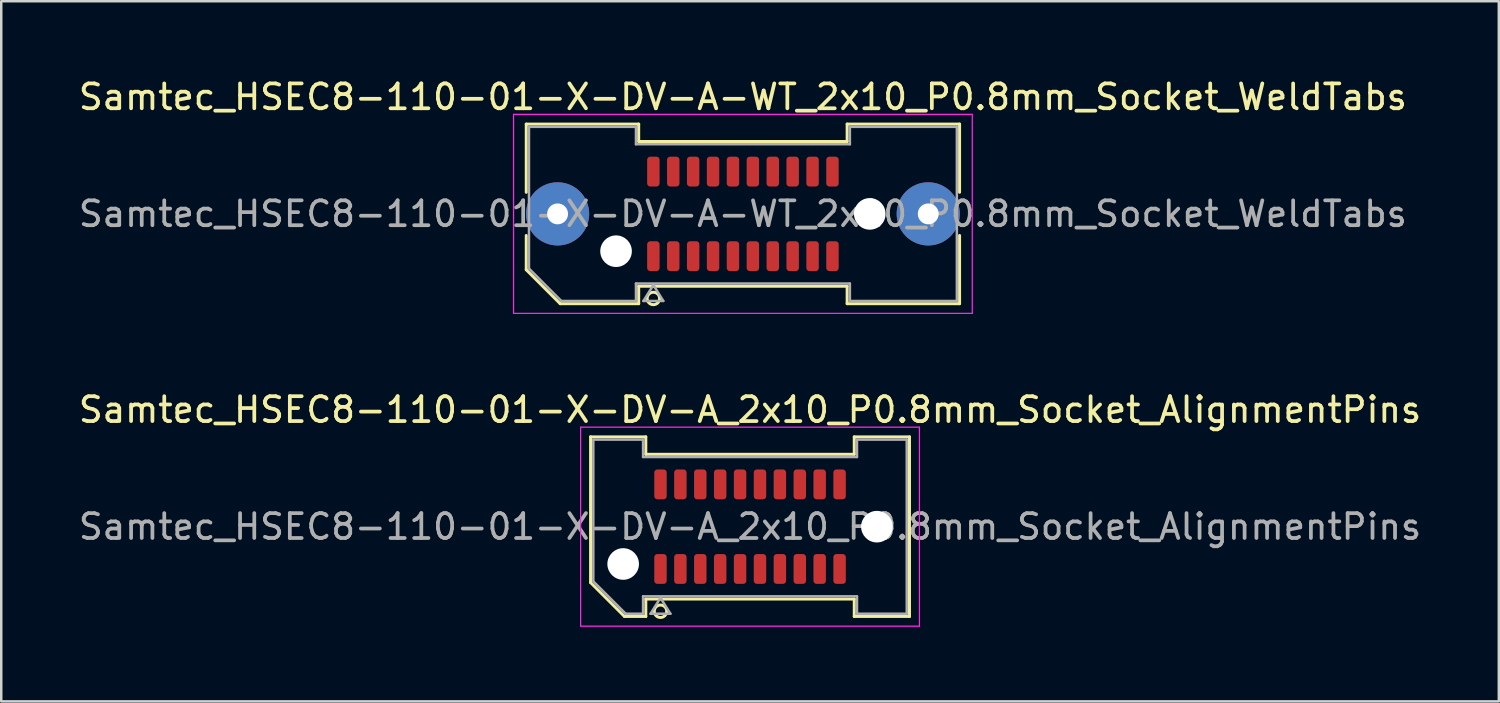
<source format=kicad_pcb>
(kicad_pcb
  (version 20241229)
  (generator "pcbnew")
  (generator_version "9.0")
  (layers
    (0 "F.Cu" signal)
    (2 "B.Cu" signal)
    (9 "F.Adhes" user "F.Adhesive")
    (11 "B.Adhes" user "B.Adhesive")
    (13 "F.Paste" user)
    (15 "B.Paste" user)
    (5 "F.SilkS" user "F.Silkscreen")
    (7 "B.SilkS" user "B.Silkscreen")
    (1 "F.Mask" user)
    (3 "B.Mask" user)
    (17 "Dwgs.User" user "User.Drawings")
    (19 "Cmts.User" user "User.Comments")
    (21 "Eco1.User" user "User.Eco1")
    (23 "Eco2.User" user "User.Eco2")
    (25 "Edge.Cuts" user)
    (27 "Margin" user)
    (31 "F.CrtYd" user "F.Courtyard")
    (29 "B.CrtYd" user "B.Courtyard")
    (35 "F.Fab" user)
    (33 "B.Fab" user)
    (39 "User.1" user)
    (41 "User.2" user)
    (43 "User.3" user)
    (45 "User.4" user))
  (footprint "Samtec_HSEC8-110-01-X-DV-A_2x10_P0.8mm_Socket_AlignmentPins"
    (layer "F.Cu")
    (at 27.101 18.122)
    (property "Reference" "Samtec_HSEC8-110-01-X-DV-A_2x10_P0.8mm_Socket_AlignmentPins" (at 0 -4.7 0) (layer "F.SilkS") (effects (font (size 1 1) (thickness 0.15))))
    (attr smd)
    (fp_line (start -6.41 -3.61) (end -4.19 -3.61) (stroke (width 0.12) (type solid)) (layer "F.SilkS"))
    (fp_line (start -6.41 2.246) (end -6.41 -3.61) (stroke (width 0.12) (type solid)) (layer "F.SilkS"))
    (fp_line (start -5.046 3.61) (end -6.41 2.246) (stroke (width 0.12) (type solid)) (layer "F.SilkS"))
    (fp_line (start -4.19 -3.61) (end -4.19 -2.91) (stroke (width 0.12) (type solid)) (layer "F.SilkS"))
    (fp_line (start -4.19 -2.91) (end 4.19 -2.91) (stroke (width 0.12) (type solid)) (layer "F.SilkS"))
    (fp_line (start -4.19 2.91) (end -4.19 3.61) (stroke (width 0.12) (type solid)) (layer "F.SilkS"))
    (fp_line (start -4.19 3.61) (end -5.046 3.61) (stroke (width 0.12) (type solid)) (layer "F.SilkS"))
    (fp_line (start 4.19 -3.61) (end 6.41 -3.61) (stroke (width 0.12) (type solid)) (layer "F.SilkS"))
    (fp_line (start 4.19 -2.91) (end 4.19 -3.61) (stroke (width 0.12) (type solid)) (layer "F.SilkS"))
    (fp_line (start 4.19 2.91) (end -4.19 2.91) (stroke (width 0.12) (type solid)) (layer "F.SilkS"))
    (fp_line (start 4.19 3.61) (end 4.19 2.91) (stroke (width 0.12) (type solid)) (layer "F.SilkS"))
    (fp_line (start 6.41 -3.61) (end 6.41 3.61) (stroke (width 0.12) (type solid)) (layer "F.SilkS"))
    (fp_line (start 6.41 3.61) (end 4.19 3.61) (stroke (width 0.12) (type solid)) (layer "F.SilkS"))
    (fp_arc (start -3.35 3.4) (mid -3.85 3.4) (end -3.35 3.4) (stroke (width 0.12) (type solid)) (layer "F.SilkS"))
    (fp_line (start -6.81 -4) (end -6.81 4) (stroke (width 0.05) (type solid)) (layer "F.CrtYd"))
    (fp_line (start -6.81 4) (end 6.81 4) (stroke (width 0.05) (type solid)) (layer "F.CrtYd"))
    (fp_line (start 6.81 -4) (end -6.81 -4) (stroke (width 0.05) (type solid)) (layer "F.CrtYd"))
    (fp_line (start 6.81 4) (end 6.81 -4) (stroke (width 0.05) (type solid)) (layer "F.CrtYd"))
    (fp_line (start -6.3 -3.5) (end -4.3 -3.5) (stroke (width 0.1) (type solid)) (layer "F.Fab"))
    (fp_line (start -6.3 2.2) (end -6.3 -3.5) (stroke (width 0.1) (type solid)) (layer "F.Fab"))
    (fp_line (start -5 3.5) (end -6.3 2.2) (stroke (width 0.1) (type solid)) (layer "F.Fab"))
    (fp_line (start -4.3 -3.5) (end -4.3 -2.8) (stroke (width 0.1) (type solid)) (layer "F.Fab"))
    (fp_line (start -4.3 -2.8) (end 4.3 -2.8) (stroke (width 0.1) (type solid)) (layer "F.Fab"))
    (fp_line (start -4.3 2.8) (end -4.3 3.5) (stroke (width 0.1) (type solid)) (layer "F.Fab"))
    (fp_line (start -4.3 3.5) (end -5 3.5) (stroke (width 0.1) (type solid)) (layer "F.Fab"))
    (fp_line (start -4 3.5) (end -3.6 2.86) (stroke (width 0.1) (type solid)) (layer "F.Fab"))
    (fp_line (start -3.6 2.86) (end -3.2 3.5) (stroke (width 0.1) (type solid)) (layer "F.Fab"))
    (fp_line (start -3.2 3.5) (end -4 3.5) (stroke (width 0.1) (type solid)) (layer "F.Fab"))
    (fp_line (start 4.3 -3.5) (end 6.3 -3.5) (stroke (width 0.1) (type solid)) (layer "F.Fab"))
    (fp_line (start 4.3 -2.8) (end 4.3 -3.5) (stroke (width 0.1) (type solid)) (layer "F.Fab"))
    (fp_line (start 4.3 2.8) (end -4.3 2.8) (stroke (width 0.1) (type solid)) (layer "F.Fab"))
    (fp_line (start 4.3 3.5) (end 4.3 2.8) (stroke (width 0.1) (type solid)) (layer "F.Fab"))
    (fp_line (start 6.3 -3.5) (end 6.3 3.5) (stroke (width 0.1) (type solid)) (layer "F.Fab"))
    (fp_line (start 6.3 3.5) (end 4.3 3.5) (stroke (width 0.1) (type solid)) (layer "F.Fab"))
    (fp_text user "${REFERENCE}" (at 0 0 0) (layer "F.Fab") (effects (font (size 1 1) (thickness 0.15))))
    (pad "" np_thru_hole circle (at -5.1 1.5) (size 1.27 1.27) (drill 1.27) (layers "*.Cu" "*.Mask"))
    (pad "" np_thru_hole circle (at 5.1 0) (size 1.27 1.27) (drill 1.27) (layers "*.Cu" "*.Mask"))
    (pad "1" smd roundrect (at -3.6 1.7) (size 0.5 1.2) (layers "F.Cu" "F.Mask" "F.Paste") (roundrect_rratio 0.25))
    (pad "2" smd roundrect (at -3.6 -1.7) (size 0.5 1.2) (layers "F.Cu" "F.Mask" "F.Paste") (roundrect_rratio 0.25))
    (pad "3" smd roundrect (at -2.8 1.7) (size 0.5 1.2) (layers "F.Cu" "F.Mask" "F.Paste") (roundrect_rratio 0.25))
    (pad "4" smd roundrect (at -2.8 -1.7) (size 0.5 1.2) (layers "F.Cu" "F.Mask" "F.Paste") (roundrect_rratio 0.25))
    (pad "5" smd roundrect (at -2 1.7) (size 0.5 1.2) (layers "F.Cu" "F.Mask" "F.Paste") (roundrect_rratio 0.25))
    (pad "6" smd roundrect (at -2 -1.7) (size 0.5 1.2) (layers "F.Cu" "F.Mask" "F.Paste") (roundrect_rratio 0.25))
    (pad "7" smd roundrect (at -1.2 1.7) (size 0.5 1.2) (layers "F.Cu" "F.Mask" "F.Paste") (roundrect_rratio 0.25))
    (pad "8" smd roundrect (at -1.2 -1.7) (size 0.5 1.2) (layers "F.Cu" "F.Mask" "F.Paste") (roundrect_rratio 0.25))
    (pad "9" smd roundrect (at -0.4 1.7) (size 0.5 1.2) (layers "F.Cu" "F.Mask" "F.Paste") (roundrect_rratio 0.25))
    (pad "10" smd roundrect (at -0.4 -1.7) (size 0.5 1.2) (layers "F.Cu" "F.Mask" "F.Paste") (roundrect_rratio 0.25))
    (pad "11" smd roundrect (at 0.4 1.7) (size 0.5 1.2) (layers "F.Cu" "F.Mask" "F.Paste") (roundrect_rratio 0.25))
    (pad "12" smd roundrect (at 0.4 -1.7) (size 0.5 1.2) (layers "F.Cu" "F.Mask" "F.Paste") (roundrect_rratio 0.25))
    (pad "13" smd roundrect (at 1.2 1.7) (size 0.5 1.2) (layers "F.Cu" "F.Mask" "F.Paste") (roundrect_rratio 0.25))
    (pad "14" smd roundrect (at 1.2 -1.7) (size 0.5 1.2) (layers "F.Cu" "F.Mask" "F.Paste") (roundrect_rratio 0.25))
    (pad "15" smd roundrect (at 2 1.7) (size 0.5 1.2) (layers "F.Cu" "F.Mask" "F.Paste") (roundrect_rratio 0.25))
    (pad "16" smd roundrect (at 2 -1.7) (size 0.5 1.2) (layers "F.Cu" "F.Mask" "F.Paste") (roundrect_rratio 0.25))
    (pad "17" smd roundrect (at 2.8 1.7) (size 0.5 1.2) (layers "F.Cu" "F.Mask" "F.Paste") (roundrect_rratio 0.25))
    (pad "18" smd roundrect (at 2.8 -1.7) (size 0.5 1.2) (layers "F.Cu" "F.Mask" "F.Paste") (roundrect_rratio 0.25))
    (pad "19" smd roundrect (at 3.6 1.7) (size 0.5 1.2) (layers "F.Cu" "F.Mask" "F.Paste") (roundrect_rratio 0.25))
    (pad "20" smd roundrect (at 3.6 -1.7) (size 0.5 1.2) (layers "F.Cu" "F.Mask" "F.Paste") (roundrect_rratio 0.25)))
  (footprint "Samtec_HSEC8-110-01-X-DV-A-WT_2x10_P0.8mm_Socket_WeldTabs"
    (layer "F.Cu")
    (at 26.815 5.548)
    (property "Reference" "Samtec_HSEC8-110-01-X-DV-A-WT_2x10_P0.8mm_Socket_WeldTabs" (at 0 -4.7 0) (layer "F.SilkS") (effects (font (size 1 1) (thickness 0.15))))
    (attr smd)
    (fp_line (start -8.71 -3.61) (end -4.19 -3.61) (stroke (width 0.12) (type solid)) (layer "F.SilkS"))
    (fp_line (start -8.71 -0.868) (end -8.71 -3.61) (stroke (width 0.12) (type solid)) (layer "F.SilkS"))
    (fp_line (start -8.71 2.246) (end -8.71 0.868) (stroke (width 0.12) (type solid)) (layer "F.SilkS"))
    (fp_line (start -7.346 3.61) (end -8.71 2.246) (stroke (width 0.12) (type solid)) (layer "F.SilkS"))
    (fp_line (start -4.19 -3.61) (end -4.19 -2.91) (stroke (width 0.12) (type solid)) (layer "F.SilkS"))
    (fp_line (start -4.19 -2.91) (end 4.19 -2.91) (stroke (width 0.12) (type solid)) (layer "F.SilkS"))
    (fp_line (start -4.19 2.91) (end -4.19 3.61) (stroke (width 0.12) (type solid)) (layer "F.SilkS"))
    (fp_line (start -4.19 3.61) (end -7.346 3.61) (stroke (width 0.12) (type solid)) (layer "F.SilkS"))
    (fp_line (start 4.19 -3.61) (end 8.71 -3.61) (stroke (width 0.12) (type solid)) (layer "F.SilkS"))
    (fp_line (start 4.19 -2.91) (end 4.19 -3.61) (stroke (width 0.12) (type solid)) (layer "F.SilkS"))
    (fp_line (start 4.19 2.91) (end -4.19 2.91) (stroke (width 0.12) (type solid)) (layer "F.SilkS"))
    (fp_line (start 4.19 3.61) (end 4.19 2.91) (stroke (width 0.12) (type solid)) (layer "F.SilkS"))
    (fp_line (start 8.71 -3.61) (end 8.71 -0.868) (stroke (width 0.12) (type solid)) (layer "F.SilkS"))
    (fp_line (start 8.71 0.868) (end 8.71 3.61) (stroke (width 0.12) (type solid)) (layer "F.SilkS"))
    (fp_line (start 8.71 3.61) (end 4.19 3.61) (stroke (width 0.12) (type solid)) (layer "F.SilkS"))
    (fp_arc (start -3.35 3.4) (mid -3.85 3.4) (end -3.35 3.4) (stroke (width 0.12) (type solid)) (layer "F.SilkS"))
    (fp_line (start -9.22 -4) (end -9.22 4) (stroke (width 0.05) (type solid)) (layer "F.CrtYd"))
    (fp_line (start -9.22 4) (end 9.22 4) (stroke (width 0.05) (type solid)) (layer "F.CrtYd"))
    (fp_line (start 9.22 -4) (end -9.22 -4) (stroke (width 0.05) (type solid)) (layer "F.CrtYd"))
    (fp_line (start 9.22 4) (end 9.22 -4) (stroke (width 0.05) (type solid)) (layer "F.CrtYd"))
    (fp_line (start -8.6 -3.5) (end -4.3 -3.5) (stroke (width 0.1) (type solid)) (layer "F.Fab"))
    (fp_line (start -8.6 2.2) (end -8.6 -3.5) (stroke (width 0.1) (type solid)) (layer "F.Fab"))
    (fp_line (start -7.3 3.5) (end -8.6 2.2) (stroke (width 0.1) (type solid)) (layer "F.Fab"))
    (fp_line (start -4.3 -3.5) (end -4.3 -2.8) (stroke (width 0.1) (type solid)) (layer "F.Fab"))
    (fp_line (start -4.3 -2.8) (end 4.3 -2.8) (stroke (width 0.1) (type solid)) (layer "F.Fab"))
    (fp_line (start -4.3 2.8) (end -4.3 3.5) (stroke (width 0.1) (type solid)) (layer "F.Fab"))
    (fp_line (start -4.3 3.5) (end -7.3 3.5) (stroke (width 0.1) (type solid)) (layer "F.Fab"))
    (fp_line (start -4 3.5) (end -3.6 2.86) (stroke (width 0.1) (type solid)) (layer "F.Fab"))
    (fp_line (start -3.6 2.86) (end -3.2 3.5) (stroke (width 0.1) (type solid)) (layer "F.Fab"))
    (fp_line (start -3.2 3.5) (end -4 3.5) (stroke (width 0.1) (type solid)) (layer "F.Fab"))
    (fp_line (start 4.3 -3.5) (end 8.6 -3.5) (stroke (width 0.1) (type solid)) (layer "F.Fab"))
    (fp_line (start 4.3 -2.8) (end 4.3 -3.5) (stroke (width 0.1) (type solid)) (layer "F.Fab"))
    (fp_line (start 4.3 2.8) (end -4.3 2.8) (stroke (width 0.1) (type solid)) (layer "F.Fab"))
    (fp_line (start 4.3 3.5) (end 4.3 2.8) (stroke (width 0.1) (type solid)) (layer "F.Fab"))
    (fp_line (start 8.6 -3.5) (end 8.6 3.5) (stroke (width 0.1) (type solid)) (layer "F.Fab"))
    (fp_line (start 8.6 3.5) (end 4.3 3.5) (stroke (width 0.1) (type solid)) (layer "F.Fab"))
    (fp_text user "${REFERENCE}" (at 0 0 0) (layer "F.Fab") (effects (font (size 1 1) (thickness 0.15))))
    (pad "" thru_hole circle (at -7.45 0) (size 2.54 2.54) (drill 0.84) (layers "*.Cu" "*.Mask" "F.Paste"))
    (pad "" np_thru_hole circle (at -5.1 1.5) (size 1.27 1.27) (drill 1.27) (layers "*.Cu" "*.Mask"))
    (pad "" np_thru_hole circle (at 5.1 0) (size 1.27 1.27) (drill 1.27) (layers "*.Cu" "*.Mask"))
    (pad "" thru_hole circle (at 7.45 0) (size 2.54 2.54) (drill 0.84) (layers "*.Cu" "*.Mask" "F.Paste"))
    (pad "1" smd roundrect (at -3.6 1.7) (size 0.5 1.2) (layers "F.Cu" "F.Mask" "F.Paste") (roundrect_rratio 0.25))
    (pad "2" smd roundrect (at -3.6 -1.7) (size 0.5 1.2) (layers "F.Cu" "F.Mask" "F.Paste") (roundrect_rratio 0.25))
    (pad "3" smd roundrect (at -2.8 1.7) (size 0.5 1.2) (layers "F.Cu" "F.Mask" "F.Paste") (roundrect_rratio 0.25))
    (pad "4" smd roundrect (at -2.8 -1.7) (size 0.5 1.2) (layers "F.Cu" "F.Mask" "F.Paste") (roundrect_rratio 0.25))
    (pad "5" smd roundrect (at -2 1.7) (size 0.5 1.2) (layers "F.Cu" "F.Mask" "F.Paste") (roundrect_rratio 0.25))
    (pad "6" smd roundrect (at -2 -1.7) (size 0.5 1.2) (layers "F.Cu" "F.Mask" "F.Paste") (roundrect_rratio 0.25))
    (pad "7" smd roundrect (at -1.2 1.7) (size 0.5 1.2) (layers "F.Cu" "F.Mask" "F.Paste") (roundrect_rratio 0.25))
    (pad "8" smd roundrect (at -1.2 -1.7) (size 0.5 1.2) (layers "F.Cu" "F.Mask" "F.Paste") (roundrect_rratio 0.25))
    (pad "9" smd roundrect (at -0.4 1.7) (size 0.5 1.2) (layers "F.Cu" "F.Mask" "F.Paste") (roundrect_rratio 0.25))
    (pad "10" smd roundrect (at -0.4 -1.7) (size 0.5 1.2) (layers "F.Cu" "F.Mask" "F.Paste") (roundrect_rratio 0.25))
    (pad "11" smd roundrect (at 0.4 1.7) (size 0.5 1.2) (layers "F.Cu" "F.Mask" "F.Paste") (roundrect_rratio 0.25))
    (pad "12" smd roundrect (at 0.4 -1.7) (size 0.5 1.2) (layers "F.Cu" "F.Mask" "F.Paste") (roundrect_rratio 0.25))
    (pad "13" smd roundrect (at 1.2 1.7) (size 0.5 1.2) (layers "F.Cu" "F.Mask" "F.Paste") (roundrect_rratio 0.25))
    (pad "14" smd roundrect (at 1.2 -1.7) (size 0.5 1.2) (layers "F.Cu" "F.Mask" "F.Paste") (roundrect_rratio 0.25))
    (pad "15" smd roundrect (at 2 1.7) (size 0.5 1.2) (layers "F.Cu" "F.Mask" "F.Paste") (roundrect_rratio 0.25))
    (pad "16" smd roundrect (at 2 -1.7) (size 0.5 1.2) (layers "F.Cu" "F.Mask" "F.Paste") (roundrect_rratio 0.25))
    (pad "17" smd roundrect (at 2.8 1.7) (size 0.5 1.2) (layers "F.Cu" "F.Mask" "F.Paste") (roundrect_rratio 0.25))
    (pad "18" smd roundrect (at 2.8 -1.7) (size 0.5 1.2) (layers "F.Cu" "F.Mask" "F.Paste") (roundrect_rratio 0.25))
    (pad "19" smd roundrect (at 3.6 1.7) (size 0.5 1.2) (layers "F.Cu" "F.Mask" "F.Paste") (roundrect_rratio 0.25))
    (pad "20" smd roundrect (at 3.6 -1.7) (size 0.5 1.2) (layers "F.Cu" "F.Mask" "F.Paste") (roundrect_rratio 0.25)))
  (gr_rect
    (start -3 -3)
    (end 57.202 25.146)
    (stroke (width 0.1) (type default))
    (fill no)
    (layer "Edge.Cuts")))
</source>
